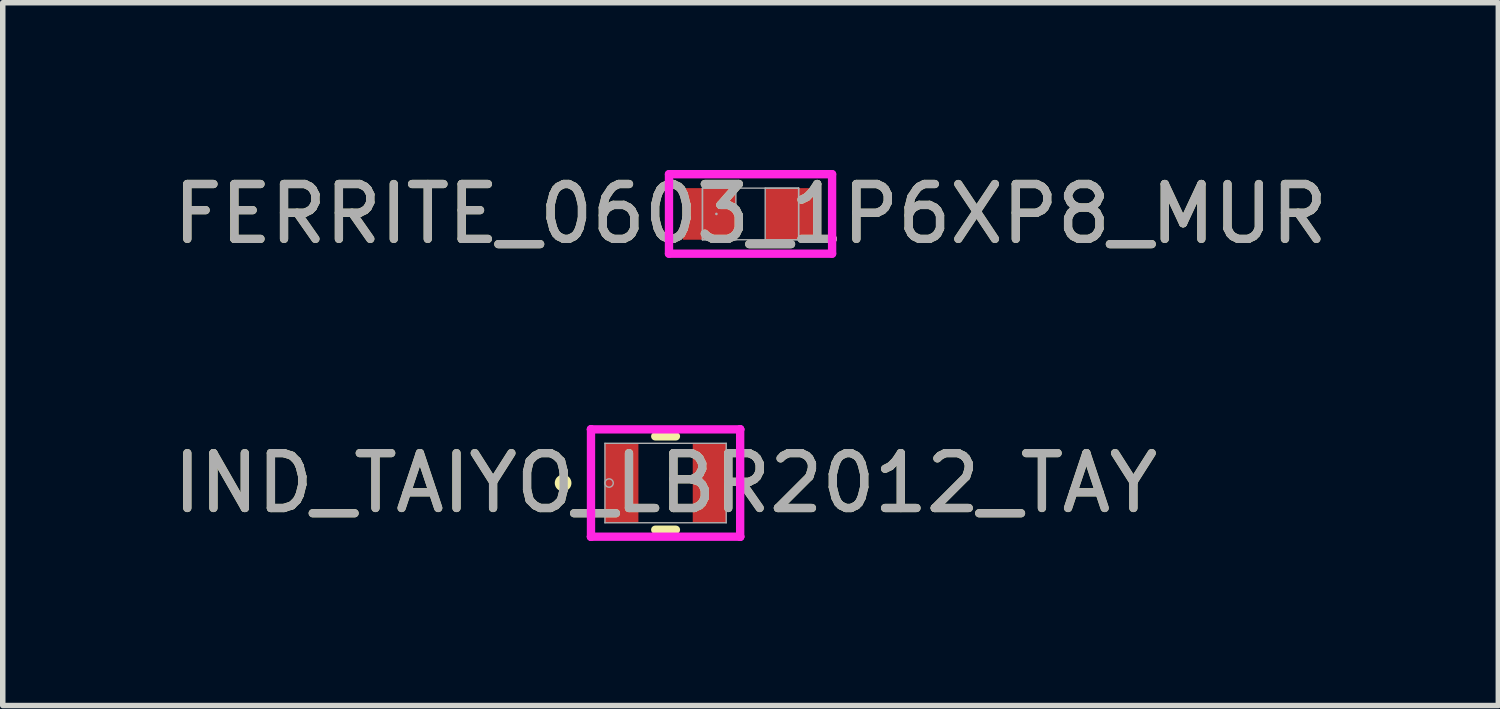
<source format=kicad_pcb>
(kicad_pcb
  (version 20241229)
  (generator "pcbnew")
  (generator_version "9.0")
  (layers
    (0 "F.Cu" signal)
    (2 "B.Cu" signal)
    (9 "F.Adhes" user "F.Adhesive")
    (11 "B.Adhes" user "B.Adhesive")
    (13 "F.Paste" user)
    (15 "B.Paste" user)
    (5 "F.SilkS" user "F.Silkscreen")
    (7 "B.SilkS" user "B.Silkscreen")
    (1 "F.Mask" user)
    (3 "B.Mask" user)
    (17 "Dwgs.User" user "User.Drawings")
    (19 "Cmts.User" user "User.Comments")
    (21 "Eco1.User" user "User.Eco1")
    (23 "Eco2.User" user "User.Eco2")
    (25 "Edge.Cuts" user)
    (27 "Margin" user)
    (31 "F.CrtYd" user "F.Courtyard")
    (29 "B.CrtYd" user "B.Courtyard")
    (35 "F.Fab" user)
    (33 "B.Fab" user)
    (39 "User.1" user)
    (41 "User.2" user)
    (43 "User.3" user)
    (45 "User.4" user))
  (footprint "IND_TAIYO_LBR2012_TAY"
    (layer "F.Cu")
    (at 9.077 5.751)
    (property "Reference" "IND_TAIYO_LBR2012_TAY" (at 0 0 0) (unlocked yes) (layer "F.SilkS") (effects (font (size 1 1) (thickness 0.15))))
    (attr smd)
    (fp_line (start -0.188 0.851) (end 0.188 0.851) (stroke (width 0.152) (type solid)) (layer "F.SilkS"))
    (fp_line (start 0.188 -0.851) (end -0.188 -0.851) (stroke (width 0.152) (type solid)) (layer "F.SilkS"))
    (fp_circle (center -1.867 0) (end -1.791 0) (stroke (width 0.152) (type solid)) (fill no) (layer "F.SilkS"))
    (fp_line (start -1.359 -0.978) (end -1.359 -0.978) (stroke (width 0.152) (type solid)) (layer "F.CrtYd"))
    (fp_line (start -1.359 -0.978) (end -1.359 -0.978) (stroke (width 0.152) (type solid)) (layer "F.CrtYd"))
    (fp_line (start -1.359 -0.978) (end 1.359 -0.978) (stroke (width 0.152) (type solid)) (layer "F.CrtYd"))
    (fp_line (start -1.359 0.978) (end -1.359 -0.978) (stroke (width 0.152) (type solid)) (layer "F.CrtYd"))
    (fp_line (start -1.359 0.978) (end -1.359 0.978) (stroke (width 0.152) (type solid)) (layer "F.CrtYd"))
    (fp_line (start -1.359 0.978) (end -1.359 0.978) (stroke (width 0.152) (type solid)) (layer "F.CrtYd"))
    (fp_line (start 1.359 -0.978) (end 1.359 -0.978) (stroke (width 0.152) (type solid)) (layer "F.CrtYd"))
    (fp_line (start 1.359 -0.978) (end 1.359 -0.978) (stroke (width 0.152) (type solid)) (layer "F.CrtYd"))
    (fp_line (start 1.359 -0.978) (end 1.359 0.978) (stroke (width 0.152) (type solid)) (layer "F.CrtYd"))
    (fp_line (start 1.359 0.978) (end -1.359 0.978) (stroke (width 0.152) (type solid)) (layer "F.CrtYd"))
    (fp_line (start 1.359 0.978) (end 1.359 0.978) (stroke (width 0.152) (type solid)) (layer "F.CrtYd"))
    (fp_line (start 1.359 0.978) (end 1.359 0.978) (stroke (width 0.152) (type solid)) (layer "F.CrtYd"))
    (fp_line (start -1.105 -0.724) (end -1.105 0.724) (stroke (width 0.025) (type solid)) (layer "F.Fab"))
    (fp_line (start -1.105 0.724) (end 1.105 0.724) (stroke (width 0.025) (type solid)) (layer "F.Fab"))
    (fp_line (start 1.105 -0.724) (end -1.105 -0.724) (stroke (width 0.025) (type solid)) (layer "F.Fab"))
    (fp_line (start 1.105 0.724) (end 1.105 -0.724) (stroke (width 0.025) (type solid)) (layer "F.Fab"))
    (fp_circle (center -1.029 0) (end -0.953 0) (stroke (width 0.025) (type solid)) (fill no) (layer "F.Fab"))
    (fp_text user "${REFERENCE}" (at 0 0 0) (unlocked yes) (layer "F.Fab") (effects (font (size 1 1) (thickness 0.15))))
    (pad "1" smd rect (at -0.8 0) (size 0.61 1.448) (layers "F.Cu" "F.Mask" "F.Paste"))
    (pad "2" smd rect (at 0.8 0) (size 0.61 1.448) (layers "F.Cu" "F.Mask" "F.Paste"))
    (zone (net_name "") (layer "F.Cu") (hatch full 0.508) (connect_pads) (min_thickness 0.254) (filled_areas_thickness no) (keepout (tracks not_allowed) (vias not_allowed) (pads allowed) (copperpour not_allowed) (footprints allowed)) (placement (enabled no)) (fill) (polygon (pts (xy 8.633 5.077) (xy 9.522 5.077) (xy 9.522 6.424) (xy 8.633 6.424)))))
  (footprint "FERRITE_0603_1P6XP8_MUR"
    (layer "F.Cu")
    (at 10.625 0.848)
    (property "Reference" "FERRITE_0603_1P6XP8_MUR" (at 0 0 0) (unlocked yes) (layer "F.SilkS") (effects (font (size 1 1) (thickness 0.15))))
    (attr smd)
    (fp_line (start -1.486 -0.724) (end 1.486 -0.724) (stroke (width 0.152) (type solid)) (layer "F.CrtYd"))
    (fp_line (start -1.486 0.724) (end -1.486 -0.724) (stroke (width 0.152) (type solid)) (layer "F.CrtYd"))
    (fp_line (start 1.486 -0.724) (end 1.486 0.724) (stroke (width 0.152) (type solid)) (layer "F.CrtYd"))
    (fp_line (start 1.486 0.724) (end -1.486 0.724) (stroke (width 0.152) (type solid)) (layer "F.CrtYd"))
    (fp_line (start -0.876 -0.47) (end -0.876 0.47) (stroke (width 0.025) (type solid)) (layer "F.Fab"))
    (fp_line (start -0.876 -0.47) (end -0.876 0.47) (stroke (width 0.025) (type solid)) (layer "F.Fab"))
    (fp_line (start -0.876 0.47) (end -0.267 0.47) (stroke (width 0.025) (type solid)) (layer "F.Fab"))
    (fp_line (start -0.876 0.47) (end 0.876 0.47) (stroke (width 0.025) (type solid)) (layer "F.Fab"))
    (fp_line (start -0.267 -0.47) (end -0.876 -0.47) (stroke (width 0.025) (type solid)) (layer "F.Fab"))
    (fp_line (start -0.267 0.47) (end -0.267 -0.47) (stroke (width 0.025) (type solid)) (layer "F.Fab"))
    (fp_line (start 0.267 -0.47) (end 0.267 0.47) (stroke (width 0.025) (type solid)) (layer "F.Fab"))
    (fp_line (start 0.267 0.47) (end 0.876 0.47) (stroke (width 0.025) (type solid)) (layer "F.Fab"))
    (fp_line (start 0.876 -0.47) (end -0.876 -0.47) (stroke (width 0.025) (type solid)) (layer "F.Fab"))
    (fp_line (start 0.876 -0.47) (end 0.267 -0.47) (stroke (width 0.025) (type solid)) (layer "F.Fab"))
    (fp_line (start 0.876 0.47) (end 0.876 -0.47) (stroke (width 0.025) (type solid)) (layer "F.Fab"))
    (fp_line (start 0.876 0.47) (end 0.876 -0.47) (stroke (width 0.025) (type solid)) (layer "F.Fab"))
    (fp_circle (center -0.622 0) (end -0.622 0) (stroke (width 0.025) (type solid)) (fill no) (layer "F.Fab"))
    (fp_text user "${REFERENCE}" (at 0 0 0) (unlocked yes) (layer "F.Fab") (effects (font (size 1 1) (thickness 0.15))))
    (pad "1" smd rect (at -0.749 0) (size 0.965 0.94) (layers "F.Cu" "F.Mask" "F.Paste"))
    (pad "2" smd rect (at 0.749 0) (size 0.965 0.94) (layers "F.Cu" "F.Mask" "F.Paste"))
    (zone (net_name "") (layer "F.Cu") (hatch full 0.508) (connect_pads) (min_thickness 0.254) (filled_areas_thickness no) (keepout (tracks not_allowed) (vias not_allowed) (pads allowed) (copperpour not_allowed) (footprints allowed)) (placement (enabled no)) (fill) (polygon (pts (xy 10.409 0.429) (xy 10.841 0.429) (xy 10.841 1.267) (xy 10.409 1.267)))))
  (gr_rect
    (start -3 -3)
    (end 24.25 9.805)
    (stroke (width 0.1) (type default))
    (fill no)
    (layer "Edge.Cuts")))
</source>
